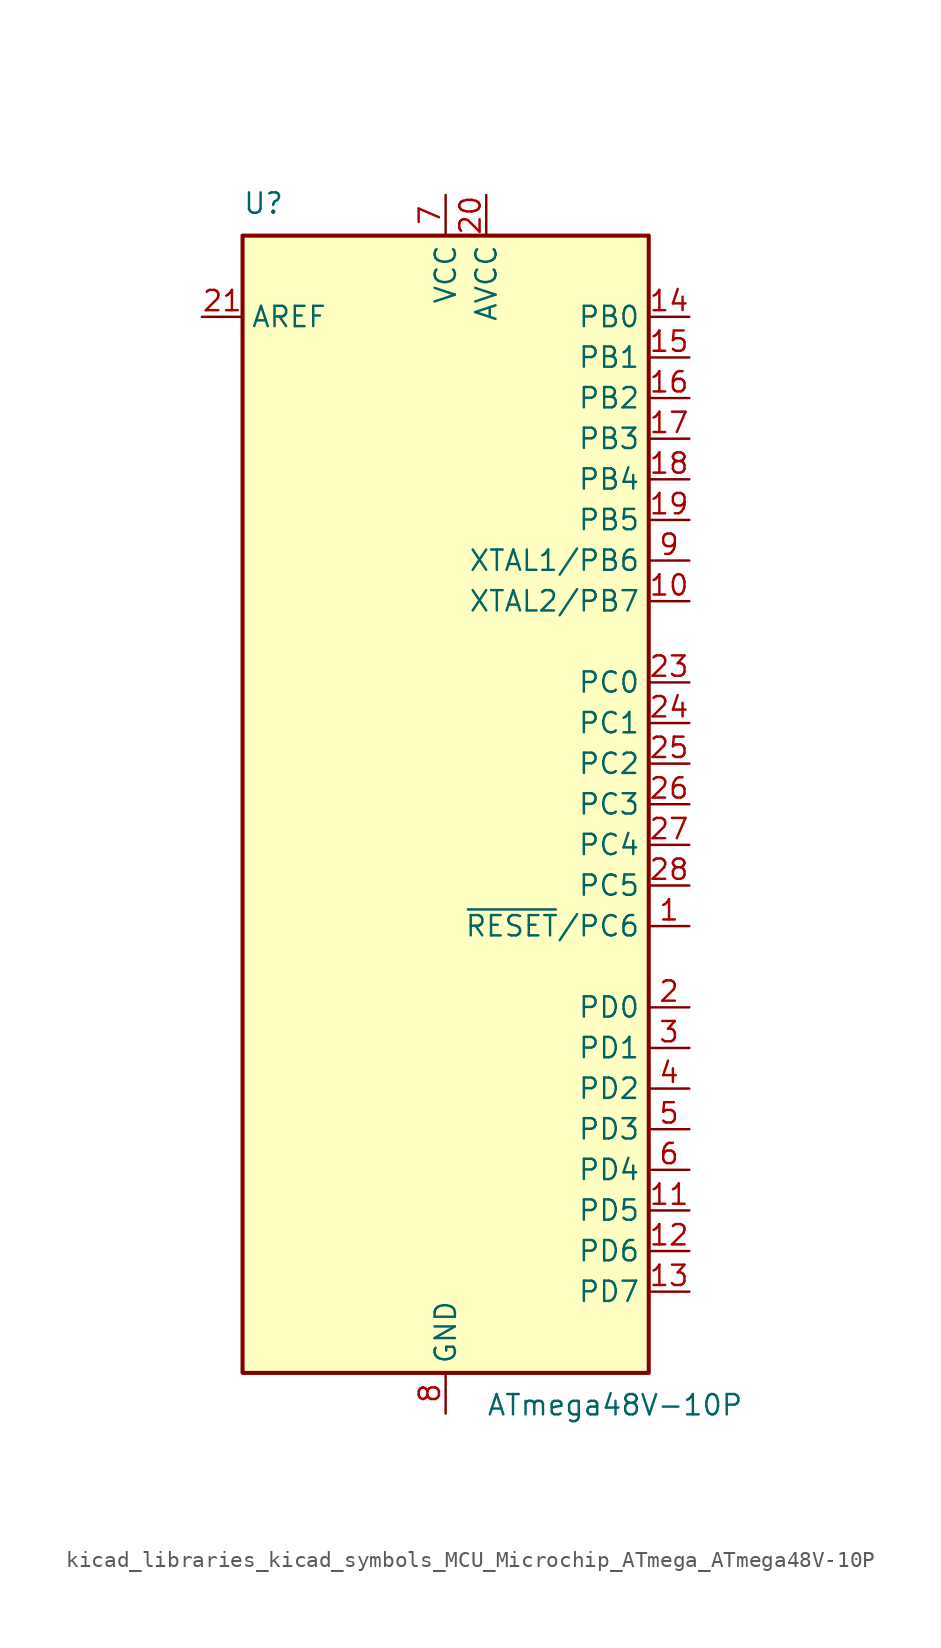
<source format=kicad_sym>
(kicad_symbol_lib
  (version 20220914)
  (generator kicad_symbol_editor)
  (symbol "kicad_libraries_kicad_symbols_MCU_Microchip_ATmega_ATmega48V-10P"
    (property "Reference" "U"
      (at -12.7 36.83 0)
      (effects (font (size 1.27 1.27)) (justify left bottom)))
    (property "Value" "ATmega48V-10P"
      (at 2.54 -36.83 0)
      (effects (font (size 1.27 1.27)) (justify left top)))
    (symbol "kicad_libraries_kicad_symbols_MCU_Microchip_ATmega_ATmega48V-10P_0_1"
      (rectangle (start -12.7 -35.56) (end 12.7 35.56) (stroke (width 0.254) (type default)) (fill (type background))))
    (symbol "kicad_libraries_kicad_symbols_MCU_Microchip_ATmega_ATmega48V-10P_1_1"
      (pin bidirectional line (at 15.24 -7.62 180) (length 2.54) (name "~{RESET}/PC6" (effects (font (size 1.27 1.27)))) (number "1" (effects (font (size 1.27 1.27)))))
      (pin bidirectional line (at 15.24 12.7 180) (length 2.54) (name "XTAL2/PB7" (effects (font (size 1.27 1.27)))) (number "10" (effects (font (size 1.27 1.27)))))
      (pin bidirectional line (at 15.24 -25.4 180) (length 2.54) (name "PD5" (effects (font (size 1.27 1.27)))) (number "11" (effects (font (size 1.27 1.27)))))
      (pin bidirectional line (at 15.24 -27.94 180) (length 2.54) (name "PD6" (effects (font (size 1.27 1.27)))) (number "12" (effects (font (size 1.27 1.27)))))
      (pin bidirectional line (at 15.24 -30.48 180) (length 2.54) (name "PD7" (effects (font (size 1.27 1.27)))) (number "13" (effects (font (size 1.27 1.27)))))
      (pin bidirectional line (at 15.24 30.48 180) (length 2.54) (name "PB0" (effects (font (size 1.27 1.27)))) (number "14" (effects (font (size 1.27 1.27)))))
      (pin bidirectional line (at 15.24 27.94 180) (length 2.54) (name "PB1" (effects (font (size 1.27 1.27)))) (number "15" (effects (font (size 1.27 1.27)))))
      (pin bidirectional line (at 15.24 25.4 180) (length 2.54) (name "PB2" (effects (font (size 1.27 1.27)))) (number "16" (effects (font (size 1.27 1.27)))))
      (pin bidirectional line (at 15.24 22.86 180) (length 2.54) (name "PB3" (effects (font (size 1.27 1.27)))) (number "17" (effects (font (size 1.27 1.27)))))
      (pin bidirectional line (at 15.24 20.32 180) (length 2.54) (name "PB4" (effects (font (size 1.27 1.27)))) (number "18" (effects (font (size 1.27 1.27)))))
      (pin bidirectional line (at 15.24 17.78 180) (length 2.54) (name "PB5" (effects (font (size 1.27 1.27)))) (number "19" (effects (font (size 1.27 1.27)))))
      (pin bidirectional line (at 15.24 -12.7 180) (length 2.54) (name "PD0" (effects (font (size 1.27 1.27)))) (number "2" (effects (font (size 1.27 1.27)))))
      (pin power_in line (at 2.54 38.1 270) (length 2.54) (name "AVCC" (effects (font (size 1.27 1.27)))) (number "20" (effects (font (size 1.27 1.27)))))
      (pin passive line (at -15.24 30.48 0) (length 2.54) (name "AREF" (effects (font (size 1.27 1.27)))) (number "21" (effects (font (size 1.27 1.27)))))
      (pin passive line (at 0 -38.1 90) (length 2.54) hide (name "GND" (effects (font (size 1.27 1.27)))) (number "22" (effects (font (size 1.27 1.27)))))
      (pin bidirectional line (at 15.24 7.62 180) (length 2.54) (name "PC0" (effects (font (size 1.27 1.27)))) (number "23" (effects (font (size 1.27 1.27)))))
      (pin bidirectional line (at 15.24 5.08 180) (length 2.54) (name "PC1" (effects (font (size 1.27 1.27)))) (number "24" (effects (font (size 1.27 1.27)))))
      (pin bidirectional line (at 15.24 2.54 180) (length 2.54) (name "PC2" (effects (font (size 1.27 1.27)))) (number "25" (effects (font (size 1.27 1.27)))))
      (pin bidirectional line (at 15.24 0 180) (length 2.54) (name "PC3" (effects (font (size 1.27 1.27)))) (number "26" (effects (font (size 1.27 1.27)))))
      (pin bidirectional line (at 15.24 -2.54 180) (length 2.54) (name "PC4" (effects (font (size 1.27 1.27)))) (number "27" (effects (font (size 1.27 1.27)))))
      (pin bidirectional line (at 15.24 -5.08 180) (length 2.54) (name "PC5" (effects (font (size 1.27 1.27)))) (number "28" (effects (font (size 1.27 1.27)))))
      (pin bidirectional line (at 15.24 -15.24 180) (length 2.54) (name "PD1" (effects (font (size 1.27 1.27)))) (number "3" (effects (font (size 1.27 1.27)))))
      (pin bidirectional line (at 15.24 -17.78 180) (length 2.54) (name "PD2" (effects (font (size 1.27 1.27)))) (number "4" (effects (font (size 1.27 1.27)))))
      (pin bidirectional line (at 15.24 -20.32 180) (length 2.54) (name "PD3" (effects (font (size 1.27 1.27)))) (number "5" (effects (font (size 1.27 1.27)))))
      (pin bidirectional line (at 15.24 -22.86 180) (length 2.54) (name "PD4" (effects (font (size 1.27 1.27)))) (number "6" (effects (font (size 1.27 1.27)))))
      (pin power_in line (at 0 38.1 270) (length 2.54) (name "VCC" (effects (font (size 1.27 1.27)))) (number "7" (effects (font (size 1.27 1.27)))))
      (pin power_in line (at 0 -38.1 90) (length 2.54) (name "GND" (effects (font (size 1.27 1.27)))) (number "8" (effects (font (size 1.27 1.27)))))
      (pin bidirectional line (at 15.24 15.24 180) (length 2.54) (name "XTAL1/PB6" (effects (font (size 1.27 1.27)))) (number "9" (effects (font (size 1.27 1.27))))))))
</source>
